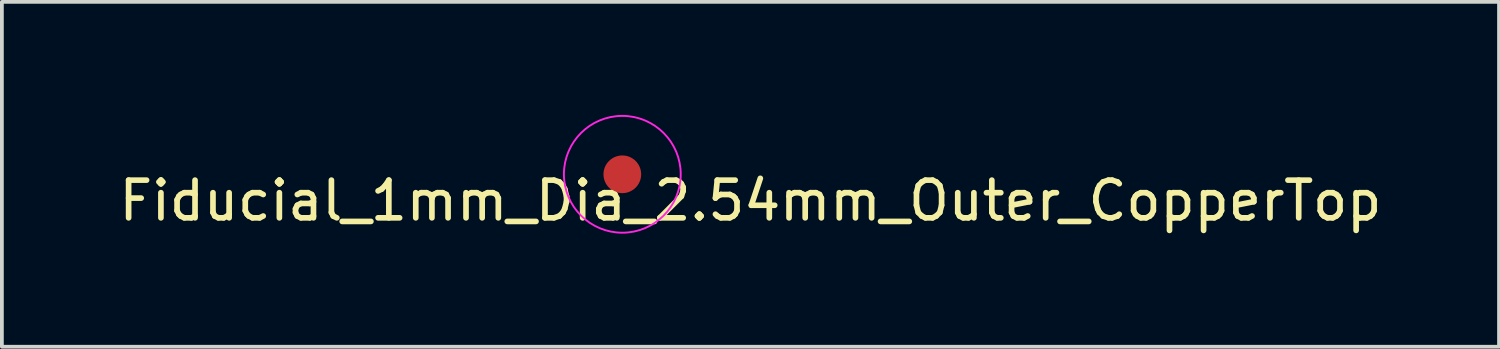
<source format=kicad_pcb>
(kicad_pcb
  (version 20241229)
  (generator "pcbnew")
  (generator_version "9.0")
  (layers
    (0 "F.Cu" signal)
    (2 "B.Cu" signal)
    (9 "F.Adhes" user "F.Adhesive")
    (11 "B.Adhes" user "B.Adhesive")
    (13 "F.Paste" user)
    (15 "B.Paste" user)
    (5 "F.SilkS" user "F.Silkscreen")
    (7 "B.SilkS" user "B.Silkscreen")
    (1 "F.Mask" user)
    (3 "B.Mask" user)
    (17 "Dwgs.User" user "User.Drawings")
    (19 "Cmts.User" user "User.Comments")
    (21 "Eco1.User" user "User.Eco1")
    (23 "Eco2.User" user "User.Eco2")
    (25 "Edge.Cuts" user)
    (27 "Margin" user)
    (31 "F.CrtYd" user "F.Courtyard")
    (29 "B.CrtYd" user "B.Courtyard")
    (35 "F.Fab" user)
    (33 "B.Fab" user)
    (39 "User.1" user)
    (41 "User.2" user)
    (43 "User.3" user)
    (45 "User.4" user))
  (footprint "Fiducial_1mm_Dia_2.54mm_Outer_CopperTop"
    (layer "F.Cu")
    (at 13.463 1.575)
    (property "Reference" "Fiducial_1mm_Dia_2.54mm_Outer_CopperTop" (at 3.4 0.7 0) (layer "F.SilkS") (effects (font (size 1 1) (thickness 0.15))))
    (attr exclude_from_pos_files exclude_from_bom)
    (fp_circle (center 0 0) (end 1.55 0) (stroke (width 0.05) (type solid)) (fill no) (layer "F.CrtYd"))
    (pad "~" smd circle (at 0 0) (size 1 1) (layers "F.Cu" "F.Mask")))
  (gr_rect
    (start -3 -3)
    (end 36.726 6.15)
    (stroke (width 0.1) (type default))
    (fill no)
    (layer "Edge.Cuts")))
</source>
